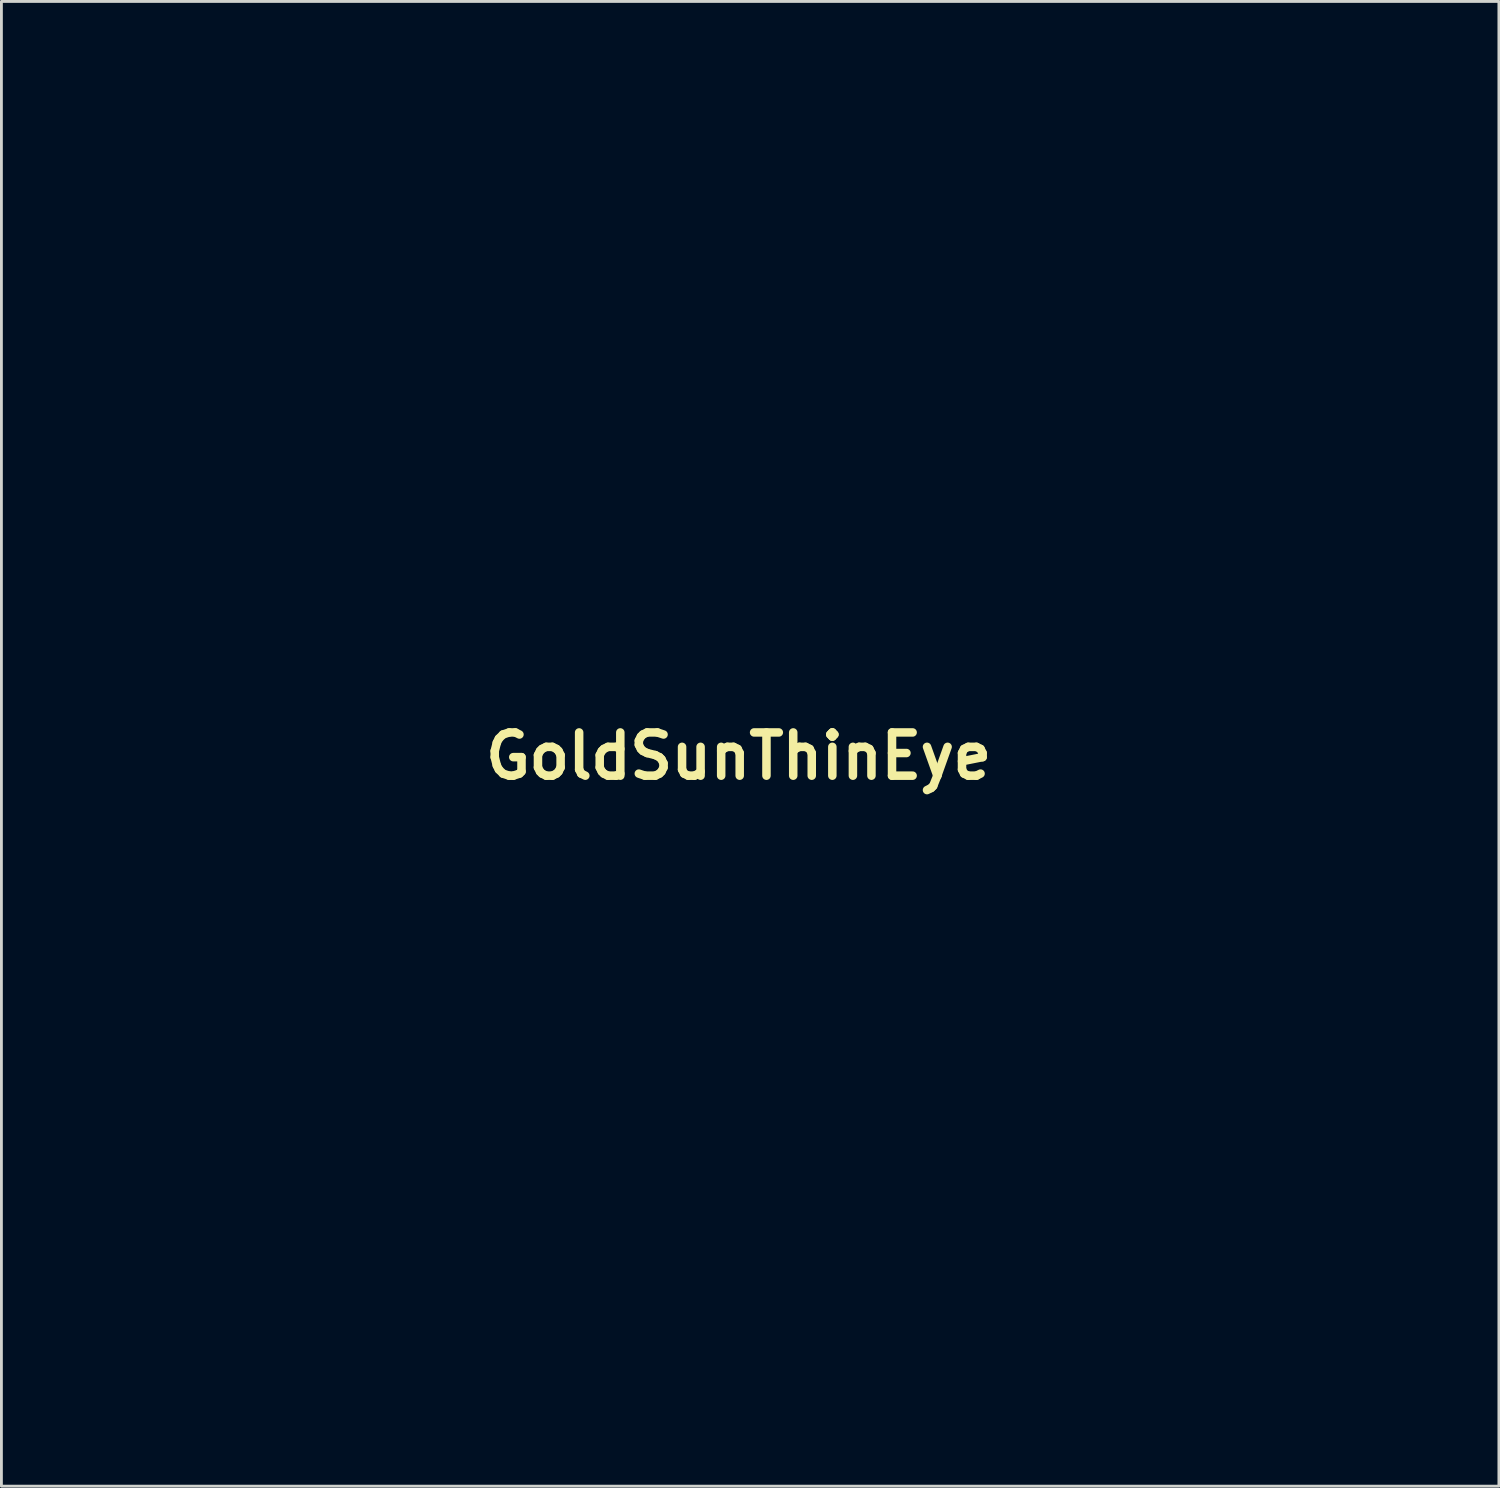
<source format=kicad_pcb>
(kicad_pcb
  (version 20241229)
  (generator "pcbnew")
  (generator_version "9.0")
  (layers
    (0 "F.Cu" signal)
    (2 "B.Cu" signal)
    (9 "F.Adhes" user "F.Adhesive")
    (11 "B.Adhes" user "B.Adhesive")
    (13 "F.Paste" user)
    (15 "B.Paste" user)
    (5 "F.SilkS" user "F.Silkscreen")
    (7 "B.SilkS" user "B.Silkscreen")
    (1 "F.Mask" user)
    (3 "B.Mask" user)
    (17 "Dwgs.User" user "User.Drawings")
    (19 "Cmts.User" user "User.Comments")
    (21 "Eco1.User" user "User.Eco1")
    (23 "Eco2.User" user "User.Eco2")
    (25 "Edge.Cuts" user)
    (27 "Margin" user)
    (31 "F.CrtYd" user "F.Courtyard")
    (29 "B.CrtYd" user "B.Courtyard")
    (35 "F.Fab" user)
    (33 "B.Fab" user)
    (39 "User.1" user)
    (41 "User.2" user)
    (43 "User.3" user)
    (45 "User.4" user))
  (footprint "GoldSunThinEye"
    (layer "F.Cu")
    (at 22.992 23.607)
    (property "Reference" "GoldSunThinEye" (at 0 0 0) (layer "F.SilkS") (effects (font (size 1.524 1.524) (thickness 0.3))))
    (attr through_hole)
    (fp_poly (pts (xy 6.897 -23.593) (xy 6.887 -23.583) (xy 6.878 -23.593) (xy 6.887 -23.602) (xy 6.897 -23.593)) (stroke (width 0.01) (type solid)) (fill yes) (layer "F.Mask"))
    (fp_poly (pts (xy 11.264 -4.804) (xy 11.612 -4.761) (xy 11.889 -4.7) (xy 12.206 -4.596) (xy 12.511 -4.456) (xy 12.803 -4.284) (xy 13.076 -4.081) (xy 13.327 -3.85) (xy 13.553 -3.595) (xy 13.751 -3.318) (xy 13.784 -3.264) (xy 13.946 -2.959) (xy 14.073 -2.64) (xy 14.165 -2.311) (xy 14.221 -1.976) (xy 14.242 -1.636) (xy 14.227 -1.297) (xy 14.176 -0.961) (xy 14.089 -0.631) (xy 13.966 -0.311) (xy 13.91 -0.192) (xy 13.737 0.11) (xy 13.534 0.39) (xy 13.303 0.646) (xy 13.047 0.876) (xy 12.77 1.077) (xy 12.472 1.247) (xy 12.159 1.385) (xy 11.84 1.484) (xy 11.585 1.536) (xy 11.312 1.568) (xy 11.035 1.58) (xy 10.767 1.571) (xy 10.597 1.552) (xy 10.253 1.483) (xy 9.922 1.378) (xy 9.607 1.24) (xy 9.31 1.07) (xy 9.034 0.871) (xy 8.781 0.643) (xy 8.553 0.389) (xy 8.353 0.111) (xy 8.182 -0.189) (xy 8.058 -0.474) (xy 7.961 -0.766) (xy 7.896 -1.058) (xy 7.861 -1.36) (xy 7.852 -1.612) (xy 7.871 -1.971) (xy 7.927 -2.318) (xy 8.019 -2.651) (xy 8.147 -2.97) (xy 8.311 -3.274) (xy 8.51 -3.561) (xy 8.744 -3.831) (xy 8.769 -3.856) (xy 9.028 -4.093) (xy 9.308 -4.298) (xy 9.606 -4.469) (xy 9.918 -4.607) (xy 10.242 -4.71) (xy 10.577 -4.777) (xy 10.918 -4.809) (xy 11.264 -4.804)) (stroke (width 0.01) (type solid)) (fill yes) (layer "F.Mask"))
    (fp_poly (pts (xy -9.84 -4.895) (xy -9.492 -4.849) (xy -9.296 -4.806) (xy -8.969 -4.704) (xy -8.656 -4.567) (xy -8.361 -4.398) (xy -8.085 -4.198) (xy -7.831 -3.971) (xy -7.603 -3.717) (xy -7.402 -3.44) (xy -7.231 -3.142) (xy -7.1 -2.848) (xy -6.996 -2.521) (xy -6.928 -2.182) (xy -6.896 -1.837) (xy -6.901 -1.49) (xy -6.942 -1.145) (xy -6.993 -0.904) (xy -7.097 -0.576) (xy -7.235 -0.263) (xy -7.406 0.032) (xy -7.607 0.307) (xy -7.835 0.56) (xy -8.089 0.787) (xy -8.366 0.986) (xy -8.663 1.155) (xy -8.98 1.291) (xy -9.046 1.315) (xy -9.208 1.367) (xy -9.354 1.407) (xy -9.494 1.436) (xy -9.639 1.456) (xy -9.799 1.469) (xy -9.986 1.475) (xy -10.033 1.476) (xy -10.185 1.478) (xy -10.307 1.477) (xy -10.407 1.473) (xy -10.494 1.466) (xy -10.576 1.455) (xy -10.619 1.448) (xy -10.967 1.366) (xy -11.299 1.25) (xy -11.612 1.101) (xy -11.906 0.922) (xy -12.177 0.713) (xy -12.424 0.476) (xy -12.644 0.214) (xy -12.836 -0.072) (xy -12.998 -0.381) (xy -13.092 -0.608) (xy -13.194 -0.94) (xy -13.258 -1.277) (xy -13.286 -1.617) (xy -13.277 -1.955) (xy -13.233 -2.29) (xy -13.153 -2.618) (xy -13.039 -2.937) (xy -12.892 -3.243) (xy -12.711 -3.534) (xy -12.498 -3.807) (xy -12.349 -3.967) (xy -12.086 -4.202) (xy -11.804 -4.405) (xy -11.505 -4.574) (xy -11.19 -4.71) (xy -10.864 -4.81) (xy -10.529 -4.875) (xy -10.186 -4.904) (xy -9.84 -4.895)) (stroke (width 0.01) (type solid)) (fill yes) (layer "F.Mask"))
    (fp_poly (pts (xy 6.861 -23.059) (xy 6.862 -22.711) (xy 6.873 -22.33) (xy 6.894 -21.92) (xy 6.925 -21.486) (xy 6.965 -21.031) (xy 7.013 -20.56) (xy 7.068 -20.078) (xy 7.131 -19.587) (xy 7.199 -19.094) (xy 7.274 -18.601) (xy 7.353 -18.114) (xy 7.437 -17.636) (xy 7.525 -17.173) (xy 7.616 -16.727) (xy 7.71 -16.303) (xy 7.806 -15.906) (xy 7.903 -15.54) (xy 7.989 -15.25) (xy 8.042 -15.08) (xy 8.087 -14.94) (xy 8.127 -14.823) (xy 8.166 -14.72) (xy 8.205 -14.624) (xy 8.248 -14.528) (xy 8.298 -14.423) (xy 8.314 -14.39) (xy 8.398 -14.229) (xy 8.477 -14.101) (xy 8.557 -14.002) (xy 8.643 -13.929) (xy 8.74 -13.876) (xy 8.854 -13.839) (xy 8.989 -13.815) (xy 9.025 -13.81) (xy 9.19 -13.8) (xy 9.389 -13.802) (xy 9.619 -13.818) (xy 9.88 -13.846) (xy 10.167 -13.886) (xy 10.478 -13.938) (xy 10.812 -14.001) (xy 11.166 -14.075) (xy 11.536 -14.16) (xy 11.626 -14.182) (xy 12.001 -14.276) (xy 12.389 -14.379) (xy 12.786 -14.489) (xy 13.19 -14.606) (xy 13.598 -14.729) (xy 14.006 -14.856) (xy 14.412 -14.987) (xy 14.814 -15.121) (xy 15.208 -15.256) (xy 15.591 -15.391) (xy 15.961 -15.527) (xy 16.315 -15.661) (xy 16.649 -15.792) (xy 16.961 -15.92) (xy 17.249 -16.043) (xy 17.508 -16.162) (xy 17.737 -16.273) (xy 17.933 -16.377) (xy 18.029 -16.434) (xy 18.092 -16.471) (xy 18.125 -16.489) (xy 18.135 -16.488) (xy 18.124 -16.471) (xy 18.113 -16.456) (xy 17.961 -16.248) (xy 17.798 -16.005) (xy 17.625 -15.728) (xy 17.442 -15.42) (xy 17.251 -15.082) (xy 17.052 -14.717) (xy 16.847 -14.325) (xy 16.637 -13.91) (xy 16.422 -13.472) (xy 16.204 -13.014) (xy 15.984 -12.538) (xy 15.978 -12.524) (xy 15.746 -12.007) (xy 15.53 -11.506) (xy 15.329 -11.022) (xy 15.145 -10.558) (xy 14.979 -10.116) (xy 14.83 -9.697) (xy 14.699 -9.303) (xy 14.588 -8.936) (xy 14.497 -8.598) (xy 14.427 -8.294) (xy 14.398 -8.128) (xy 14.379 -7.962) (xy 14.37 -7.804) (xy 14.371 -7.66) (xy 14.382 -7.538) (xy 14.404 -7.444) (xy 14.413 -7.421) (xy 14.476 -7.317) (xy 14.571 -7.211) (xy 14.698 -7.102) (xy 14.86 -6.989) (xy 15.056 -6.871) (xy 15.288 -6.748) (xy 15.557 -6.62) (xy 15.68 -6.565) (xy 15.996 -6.43) (xy 16.343 -6.293) (xy 16.717 -6.154) (xy 17.115 -6.014) (xy 17.532 -5.874) (xy 17.965 -5.735) (xy 18.411 -5.599) (xy 18.866 -5.465) (xy 19.326 -5.336) (xy 19.787 -5.211) (xy 20.246 -5.093) (xy 20.7 -4.982) (xy 21.144 -4.878) (xy 21.575 -4.784) (xy 21.989 -4.699) (xy 22.383 -4.626) (xy 22.753 -4.564) (xy 23.096 -4.515) (xy 23.407 -4.48) (xy 23.499 -4.471) (xy 23.797 -4.447) (xy 23.695 -4.415) (xy 23.547 -4.362) (xy 23.37 -4.289) (xy 23.166 -4.196) (xy 22.937 -4.086) (xy 22.686 -3.96) (xy 22.416 -3.818) (xy 22.129 -3.663) (xy 21.827 -3.495) (xy 21.515 -3.316) (xy 21.193 -3.128) (xy 20.865 -2.932) (xy 20.532 -2.729) (xy 20.447 -2.676) (xy 19.986 -2.386) (xy 19.542 -2.099) (xy 19.116 -1.817) (xy 18.71 -1.541) (xy 18.325 -1.27) (xy 17.962 -1.008) (xy 17.622 -0.753) (xy 17.307 -0.508) (xy 17.017 -0.272) (xy 16.754 -0.048) (xy 16.518 0.164) (xy 16.312 0.363) (xy 16.136 0.549) (xy 15.991 0.719) (xy 15.879 0.874) (xy 15.8 1.013) (xy 15.798 1.018) (xy 15.762 1.119) (xy 15.748 1.23) (xy 15.755 1.353) (xy 15.783 1.491) (xy 15.835 1.645) (xy 15.91 1.818) (xy 16.01 2.012) (xy 16.135 2.228) (xy 16.286 2.47) (xy 16.344 2.56) (xy 16.561 2.88) (xy 16.806 3.221) (xy 17.077 3.581) (xy 17.372 3.957) (xy 17.689 4.345) (xy 18.024 4.745) (xy 18.376 5.151) (xy 18.743 5.563) (xy 19.121 5.977) (xy 19.509 6.39) (xy 19.904 6.799) (xy 20.304 7.203) (xy 20.4 7.298) (xy 20.674 7.565) (xy 20.924 7.804) (xy 21.152 8.015) (xy 21.357 8.2) (xy 21.543 8.359) (xy 21.71 8.493) (xy 21.859 8.604) (xy 21.961 8.674) (xy 22.019 8.711) (xy 22.06 8.739) (xy 22.077 8.753) (xy 22.077 8.753) (xy 22.055 8.748) (xy 22.008 8.734) (xy 21.975 8.725) (xy 21.843 8.69) (xy 21.673 8.657) (xy 21.468 8.624) (xy 21.229 8.592) (xy 20.958 8.562) (xy 20.658 8.533) (xy 20.328 8.505) (xy 19.973 8.48) (xy 19.783 8.468) (xy 19.638 8.46) (xy 19.46 8.453) (xy 19.251 8.447) (xy 19.019 8.441) (xy 18.766 8.437) (xy 18.498 8.432) (xy 18.22 8.429) (xy 17.937 8.426) (xy 17.652 8.425) (xy 17.372 8.424) (xy 17.101 8.424) (xy 16.844 8.425) (xy 16.605 8.427) (xy 16.389 8.43) (xy 16.202 8.434) (xy 16.051 8.439) (xy 15.55 8.463) (xy 15.081 8.493) (xy 14.645 8.527) (xy 14.242 8.567) (xy 13.873 8.612) (xy 13.538 8.661) (xy 13.238 8.716) (xy 12.974 8.775) (xy 12.746 8.838) (xy 12.555 8.906) (xy 12.402 8.979) (xy 12.287 9.055) (xy 12.283 9.059) (xy 12.214 9.128) (xy 12.155 9.214) (xy 12.107 9.317) (xy 12.067 9.443) (xy 12.036 9.594) (xy 12.012 9.774) (xy 11.996 9.984) (xy 11.985 10.229) (xy 11.983 10.322) (xy 11.98 10.629) (xy 11.985 10.941) (xy 11.999 11.267) (xy 12.022 11.615) (xy 12.054 11.992) (xy 12.057 12.026) (xy 12.098 12.431) (xy 12.146 12.848) (xy 12.2 13.274) (xy 12.26 13.706) (xy 12.325 14.141) (xy 12.395 14.576) (xy 12.468 15.008) (xy 12.546 15.435) (xy 12.625 15.853) (xy 12.708 16.259) (xy 12.791 16.651) (xy 12.876 17.025) (xy 12.962 17.379) (xy 13.047 17.71) (xy 13.132 18.014) (xy 13.215 18.289) (xy 13.296 18.533) (xy 13.375 18.74) (xy 13.4 18.798) (xy 13.439 18.889) (xy 13.26 18.712) (xy 13.104 18.565) (xy 12.917 18.401) (xy 12.701 18.221) (xy 12.459 18.028) (xy 12.194 17.823) (xy 11.907 17.608) (xy 11.603 17.386) (xy 11.283 17.158) (xy 10.95 16.926) (xy 10.607 16.693) (xy 10.256 16.459) (xy 9.9 16.228) (xy 9.838 16.188) (xy 9.378 15.897) (xy 8.934 15.623) (xy 8.506 15.368) (xy 8.097 15.131) (xy 7.707 14.912) (xy 7.336 14.713) (xy 6.986 14.534) (xy 6.659 14.375) (xy 6.354 14.237) (xy 6.074 14.121) (xy 5.819 14.026) (xy 5.59 13.954) (xy 5.388 13.904) (xy 5.215 13.879) (xy 5.071 13.877) (xy 5.064 13.877) (xy 4.973 13.892) (xy 4.89 13.922) (xy 4.806 13.97) (xy 4.714 14.043) (xy 4.627 14.123) (xy 4.482 14.274) (xy 4.328 14.464) (xy 4.163 14.69) (xy 3.988 14.955) (xy 3.802 15.256) (xy 3.607 15.595) (xy 3.401 15.971) (xy 3.186 16.385) (xy 3.107 16.539) (xy 2.812 17.139) (xy 2.523 17.757) (xy 2.24 18.387) (xy 1.969 19.021) (xy 1.711 19.653) (xy 1.47 20.276) (xy 1.248 20.883) (xy 1.048 21.466) (xy 1.046 21.473) (xy 0.996 21.627) (xy 0.947 21.789) (xy 0.899 21.951) (xy 0.854 22.11) (xy 0.813 22.259) (xy 0.778 22.394) (xy 0.751 22.508) (xy 0.732 22.598) (xy 0.723 22.657) (xy 0.723 22.667) (xy 0.717 22.711) (xy 0.703 22.733) (xy 0.689 22.726) (xy 0.684 22.696) (xy 0.678 22.647) (xy 0.661 22.567) (xy 0.636 22.461) (xy 0.602 22.335) (xy 0.563 22.196) (xy 0.519 22.047) (xy 0.473 21.896) (xy 0.425 21.749) (xy 0.421 21.737) (xy 0.26 21.275) (xy 0.079 20.785) (xy -0.123 20.273) (xy -0.342 19.741) (xy -0.578 19.194) (xy -0.828 18.636) (xy -1.091 18.071) (xy -1.365 17.504) (xy -1.417 17.399) (xy -1.643 16.948) (xy -1.863 16.526) (xy -2.076 16.134) (xy -2.281 15.772) (xy -2.477 15.441) (xy -2.665 15.142) (xy -2.844 14.875) (xy -3.013 14.641) (xy -3.171 14.442) (xy -3.32 14.276) (xy -3.457 14.147) (xy -3.582 14.053) (xy -3.646 14.017) (xy -3.699 13.993) (xy -3.744 13.978) (xy -3.793 13.972) (xy -3.858 13.971) (xy -3.942 13.975) (xy -4.079 13.989) (xy -4.225 14.017) (xy -4.384 14.059) (xy -4.56 14.118) (xy -4.757 14.194) (xy -4.98 14.289) (xy -5.176 14.378) (xy -5.47 14.521) (xy -5.787 14.685) (xy -6.123 14.867) (xy -6.475 15.067) (xy -6.841 15.282) (xy -7.217 15.51) (xy -7.6 15.749) (xy -7.988 15.996) (xy -8.377 16.251) (xy -8.765 16.511) (xy -9.148 16.773) (xy -9.524 17.037) (xy -9.889 17.299) (xy -10.24 17.558) (xy -10.575 17.812) (xy -10.891 18.058) (xy -11.184 18.296) (xy -11.451 18.522) (xy -11.69 18.734) (xy -11.898 18.932) (xy -11.925 18.959) (xy -11.992 19.025) (xy -12.046 19.076) (xy -12.083 19.108) (xy -12.098 19.118) (xy -12.098 19.115) (xy -12.084 19.082) (xy -12.061 19.022) (xy -12.031 18.941) (xy -11.999 18.849) (xy -11.997 18.844) (xy -11.914 18.588) (xy -11.831 18.296) (xy -11.747 17.972) (xy -11.663 17.619) (xy -11.579 17.239) (xy -11.497 16.837) (xy -11.417 16.416) (xy -11.339 15.978) (xy -11.264 15.528) (xy -11.193 15.068) (xy -11.125 14.601) (xy -11.063 14.131) (xy -11.005 13.662) (xy -10.953 13.196) (xy -10.908 12.737) (xy -10.872 12.319) (xy -10.861 12.17) (xy -10.852 11.997) (xy -10.845 11.805) (xy -10.838 11.601) (xy -10.833 11.39) (xy -10.829 11.178) (xy -10.828 10.972) (xy -10.827 10.776) (xy -10.829 10.598) (xy -10.832 10.442) (xy -10.837 10.316) (xy -10.843 10.243) (xy -10.873 9.994) (xy -10.913 9.78) (xy -10.964 9.602) (xy -11.024 9.46) (xy -11.094 9.356) (xy -11.128 9.322) (xy -11.237 9.245) (xy -11.381 9.173) (xy -11.562 9.107) (xy -11.779 9.046) (xy -12.033 8.991) (xy -12.325 8.941) (xy -12.653 8.896) (xy -13.02 8.856) (xy -13.424 8.821) (xy -13.863 8.792) (xy -14.018 8.784) (xy -14.208 8.777) (xy -14.425 8.771) (xy -14.664 8.767) (xy -14.92 8.763) (xy -15.187 8.76) (xy -15.46 8.758) (xy -15.732 8.758) (xy -15.998 8.758) (xy -16.253 8.76) (xy -16.491 8.763) (xy -16.707 8.767) (xy -16.842 8.771) (xy -17.371 8.791) (xy -17.872 8.814) (xy -18.345 8.842) (xy -18.789 8.873) (xy -19.201 8.909) (xy -19.581 8.947) (xy -19.926 8.989) (xy -20.236 9.035) (xy -20.509 9.083) (xy -20.58 9.098) (xy -20.675 9.118) (xy -20.761 9.138) (xy -20.826 9.155) (xy -20.861 9.165) (xy -20.905 9.178) (xy -20.916 9.173) (xy -20.894 9.151) (xy -20.843 9.114) (xy -20.719 9.026) (xy -20.573 8.91) (xy -20.406 8.767) (xy -20.22 8.6) (xy -20.017 8.41) (xy -19.8 8.201) (xy -19.57 7.973) (xy -19.33 7.729) (xy -19.081 7.471) (xy -18.825 7.201) (xy -18.564 6.921) (xy -18.301 6.633) (xy -18.038 6.338) (xy -17.776 6.04) (xy -17.748 6.008) (xy -17.407 5.61) (xy -17.081 5.22) (xy -16.89 4.985) (xy -1.362 4.985) (xy -1.337 5.274) (xy -1.282 5.558) (xy -1.199 5.833) (xy -1.087 6.095) (xy -0.946 6.339) (xy -0.776 6.562) (xy -0.694 6.651) (xy -0.507 6.819) (xy -0.306 6.953) (xy -0.096 7.054) (xy 0.122 7.12) (xy 0.344 7.15) (xy 0.566 7.143) (xy 0.734 7.112) (xy 0.974 7.032) (xy 1.197 6.916) (xy 1.402 6.767) (xy 1.589 6.585) (xy 1.755 6.37) (xy 1.901 6.124) (xy 1.913 6.1) (xy 2.036 5.812) (xy 2.124 5.508) (xy 2.176 5.19) (xy 2.193 4.86) (xy 2.187 4.67) (xy 2.151 4.371) (xy 2.086 4.085) (xy 1.993 3.814) (xy 1.873 3.563) (xy 1.728 3.333) (xy 1.56 3.128) (xy 1.371 2.951) (xy 1.162 2.805) (xy 1.08 2.759) (xy 0.889 2.674) (xy 0.697 2.622) (xy 0.493 2.6) (xy 0.42 2.599) (xy 0.179 2.617) (xy -0.051 2.673) (xy -0.268 2.766) (xy -0.474 2.896) (xy -0.667 3.064) (xy -0.729 3.128) (xy -0.907 3.348) (xy -1.055 3.589) (xy -1.175 3.849) (xy -1.265 4.121) (xy -1.326 4.404) (xy -1.359 4.693) (xy -1.362 4.985) (xy -16.89 4.985) (xy -16.773 4.841) (xy -16.482 4.473) (xy -16.21 4.118) (xy -15.959 3.778) (xy -15.729 3.454) (xy -15.521 3.148) (xy -15.336 2.861) (xy -15.176 2.594) (xy -15.041 2.35) (xy -14.932 2.129) (xy -14.851 1.933) (xy -14.848 1.925) (xy -14.797 1.742) (xy -14.779 1.578) (xy -14.796 1.432) (xy -14.834 1.329) (xy -14.915 1.193) (xy -15.03 1.041) (xy -15.178 0.874) (xy -15.357 0.693) (xy -15.567 0.499) (xy -15.806 0.292) (xy -16.073 0.073) (xy -16.367 -0.156) (xy -16.687 -0.394) (xy -17.032 -0.642) (xy -17.399 -0.897) (xy -17.79 -1.159) (xy -18.201 -1.428) (xy -18.632 -1.701) (xy -18.645 -1.71) (xy -14.185 -1.71) (xy -14.177 -1.411) (xy -14.151 -1.135) (xy -14.105 -0.87) (xy -14.038 -0.603) (xy -13.981 -0.42) (xy -13.84 -0.055) (xy -13.664 0.295) (xy -13.455 0.627) (xy -13.218 0.937) (xy -12.952 1.224) (xy -12.662 1.484) (xy -12.349 1.713) (xy -12.229 1.79) (xy -11.877 1.982) (xy -11.511 2.138) (xy -11.134 2.258) (xy -10.749 2.341) (xy -10.357 2.386) (xy -9.961 2.393) (xy -9.563 2.362) (xy -9.496 2.352) (xy -9.109 2.277) (xy -8.733 2.164) (xy -8.37 2.016) (xy -8.022 1.833) (xy -7.691 1.616) (xy -7.38 1.368) (xy -7.186 1.185) (xy -6.916 0.888) (xy -6.68 0.571) (xy -6.476 0.232) (xy -6.306 -0.126) (xy -6.169 -0.503) (xy -6.067 -0.898) (xy -6.025 -1.123) (xy -6.007 -1.277) (xy -5.995 -1.458) (xy -5.99 -1.653) (xy -5.99 -1.658) (xy 6.942 -1.658) (xy 6.955 -1.272) (xy 6.987 -1.006) (xy 7.067 -0.616) (xy 7.181 -0.241) (xy 7.329 0.118) (xy 7.509 0.459) (xy 7.718 0.779) (xy 7.955 1.078) (xy 8.218 1.353) (xy 8.505 1.603) (xy 8.815 1.826) (xy 9.145 2.02) (xy 9.494 2.183) (xy 9.861 2.314) (xy 10.242 2.41) (xy 10.473 2.45) (xy 10.579 2.462) (xy 10.714 2.47) (xy 10.868 2.476) (xy 11.03 2.479) (xy 11.191 2.478) (xy 11.339 2.474) (xy 11.465 2.467) (xy 11.528 2.461) (xy 11.921 2.393) (xy 12.305 2.287) (xy 12.678 2.146) (xy 13.037 1.969) (xy 13.377 1.759) (xy 13.544 1.638) (xy 13.66 1.544) (xy 13.79 1.426) (xy 13.926 1.295) (xy 14.059 1.157) (xy 14.182 1.022) (xy 14.285 0.899) (xy 14.319 0.854) (xy 14.549 0.513) (xy 14.741 0.164) (xy 14.895 -0.195) (xy 15.011 -0.563) (xy 15.091 -0.942) (xy 15.134 -1.334) (xy 15.142 -1.608) (xy 15.134 -1.904) (xy 15.109 -2.177) (xy 15.065 -2.439) (xy 15 -2.701) (xy 14.939 -2.901) (xy 14.795 -3.271) (xy 14.619 -3.622) (xy 14.412 -3.952) (xy 14.175 -4.26) (xy 13.911 -4.544) (xy 13.621 -4.802) (xy 13.309 -5.032) (xy 12.975 -5.233) (xy 12.623 -5.401) (xy 12.253 -5.536) (xy 12.066 -5.589) (xy 11.696 -5.665) (xy 11.315 -5.707) (xy 10.929 -5.714) (xy 10.546 -5.686) (xy 10.171 -5.624) (xy 10.059 -5.598) (xy 9.683 -5.484) (xy 9.322 -5.336) (xy 8.98 -5.155) (xy 8.657 -4.945) (xy 8.356 -4.706) (xy 8.079 -4.441) (xy 7.827 -4.152) (xy 7.603 -3.841) (xy 7.408 -3.51) (xy 7.245 -3.16) (xy 7.116 -2.795) (xy 7.027 -2.442) (xy 6.966 -2.05) (xy 6.942 -1.658) (xy -5.99 -1.658) (xy -5.992 -1.852) (xy -6 -2.043) (xy -6.015 -2.215) (xy -6.025 -2.286) (xy -6.105 -2.685) (xy -6.221 -3.069) (xy -6.37 -3.436) (xy -6.552 -3.783) (xy -6.766 -4.111) (xy -7.01 -4.415) (xy -7.283 -4.696) (xy -7.583 -4.952) (xy -7.91 -5.18) (xy -8.262 -5.379) (xy -8.353 -5.423) (xy -8.684 -5.564) (xy -9.019 -5.671) (xy -9.362 -5.746) (xy -9.72 -5.79) (xy -10.092 -5.804) (xy -10.454 -5.791) (xy -10.796 -5.749) (xy -11.125 -5.678) (xy -11.452 -5.576) (xy -11.783 -5.44) (xy -11.801 -5.432) (xy -12.107 -5.277) (xy -12.388 -5.102) (xy -12.654 -4.903) (xy -12.912 -4.673) (xy -12.984 -4.602) (xy -13.218 -4.351) (xy -13.421 -4.095) (xy -13.599 -3.825) (xy -13.76 -3.53) (xy -13.818 -3.409) (xy -13.957 -3.074) (xy -14.062 -2.737) (xy -14.134 -2.393) (xy -14.174 -2.034) (xy -14.185 -1.71) (xy -18.645 -1.71) (xy -19.081 -1.979) (xy -19.421 -2.185) (xy -19.769 -2.39) (xy -20.113 -2.589) (xy -20.451 -2.78) (xy -20.781 -2.962) (xy -21.1 -3.134) (xy -21.406 -3.293) (xy -21.695 -3.44) (xy -21.966 -3.572) (xy -22.215 -3.688) (xy -22.441 -3.787) (xy -22.64 -3.868) (xy -22.81 -3.929) (xy -22.87 -3.948) (xy -22.987 -3.983) (xy -22.86 -3.985) (xy -22.685 -3.993) (xy -22.476 -4.014) (xy -22.235 -4.048) (xy -21.967 -4.092) (xy -21.672 -4.147) (xy -21.355 -4.212) (xy -21.019 -4.286) (xy -20.664 -4.368) (xy -20.296 -4.458) (xy -19.916 -4.555) (xy -19.527 -4.658) (xy -19.132 -4.766) (xy -18.734 -4.88) (xy -18.335 -4.997) (xy -17.939 -5.117) (xy -17.547 -5.241) (xy -17.164 -5.366) (xy -16.791 -5.492) (xy -16.432 -5.618) (xy -16.171 -5.714) (xy -15.749 -5.876) (xy -15.366 -6.031) (xy -15.02 -6.181) (xy -14.713 -6.326) (xy -14.443 -6.465) (xy -14.211 -6.599) (xy -14.016 -6.727) (xy -13.858 -6.851) (xy -13.737 -6.969) (xy -13.652 -7.083) (xy -13.605 -7.19) (xy -13.583 -7.317) (xy -13.58 -7.477) (xy -13.598 -7.669) (xy -13.634 -7.891) (xy -13.69 -8.143) (xy -13.764 -8.424) (xy -13.857 -8.732) (xy -13.968 -9.067) (xy -14.097 -9.429) (xy -14.244 -9.815) (xy -14.408 -10.225) (xy -14.59 -10.658) (xy -14.59 -10.658) (xy -14.76 -11.049) (xy -14.938 -11.446) (xy -15.123 -11.845) (xy -15.312 -12.244) (xy -15.505 -12.64) (xy -15.7 -13.03) (xy -15.896 -13.411) (xy -16.091 -13.781) (xy -16.283 -14.137) (xy -16.471 -14.475) (xy -16.654 -14.794) (xy -16.83 -15.09) (xy -16.997 -15.36) (xy -17.154 -15.603) (xy -17.3 -15.814) (xy -17.42 -15.974) (xy -17.48 -16.053) (xy -17.516 -16.105) (xy -17.527 -16.129) (xy -17.513 -16.124) (xy -17.463 -16.094) (xy -17.385 -16.051) (xy -17.284 -15.999) (xy -17.167 -15.941) (xy -17.042 -15.88) (xy -16.914 -15.82) (xy -16.79 -15.764) (xy -16.696 -15.723) (xy -16.403 -15.603) (xy -16.077 -15.476) (xy -15.722 -15.344) (xy -15.343 -15.209) (xy -14.945 -15.072) (xy -14.532 -14.936) (xy -14.11 -14.8) (xy -13.683 -14.668) (xy -13.256 -14.541) (xy -12.833 -14.419) (xy -12.514 -14.331) (xy -11.986 -14.192) (xy -11.485 -14.068) (xy -11.011 -13.958) (xy -10.567 -13.863) (xy -10.152 -13.784) (xy -9.769 -13.72) (xy -9.418 -13.672) (xy -9.1 -13.64) (xy -8.831 -13.625) (xy -8.616 -13.622) (xy -8.435 -13.628) (xy -8.283 -13.645) (xy -8.156 -13.675) (xy -8.049 -13.721) (xy -7.957 -13.783) (xy -7.876 -13.863) (xy -7.802 -13.964) (xy -7.747 -14.056) (xy -7.658 -14.235) (xy -7.568 -14.452) (xy -7.479 -14.703) (xy -7.39 -14.987) (xy -7.303 -15.303) (xy -7.217 -15.648) (xy -7.132 -16.02) (xy -7.05 -16.418) (xy -6.97 -16.839) (xy -6.893 -17.282) (xy -6.819 -17.744) (xy -6.749 -18.223) (xy -6.683 -18.719) (xy -6.621 -19.227) (xy -6.563 -19.748) (xy -6.51 -20.278) (xy -6.463 -20.816) (xy -6.425 -21.316) (xy -6.419 -21.412) (xy -6.414 -21.537) (xy -6.41 -21.684) (xy -6.407 -21.849) (xy -6.404 -22.026) (xy -6.402 -22.211) (xy -6.4 -22.399) (xy -6.4 -22.583) (xy -6.4 -22.76) (xy -6.401 -22.923) (xy -6.403 -23.068) (xy -6.405 -23.189) (xy -6.409 -23.281) (xy -6.414 -23.339) (xy -6.428 -23.456) (xy -6.344 -23.3) (xy -6.213 -23.072) (xy -6.054 -22.819) (xy -5.868 -22.541) (xy -5.653 -22.238) (xy -5.412 -21.911) (xy -5.144 -21.561) (xy -4.849 -21.187) (xy -4.529 -20.792) (xy -4.261 -20.467) (xy -3.942 -20.088) (xy -3.623 -19.718) (xy -3.305 -19.359) (xy -2.99 -19.011) (xy -2.68 -18.678) (xy -2.376 -18.359) (xy -2.08 -18.057) (xy -1.793 -17.774) (xy -1.518 -17.511) (xy -1.256 -17.27) (xy -1.009 -17.052) (xy -0.778 -16.86) (xy -0.565 -16.694) (xy -0.371 -16.556) (xy -0.202 -16.451) (xy -0.049 -16.37) (xy 0.089 -16.314) (xy 0.217 -16.285) (xy 0.341 -16.281) (xy 0.468 -16.305) (xy 0.602 -16.355) (xy 0.751 -16.434) (xy 0.921 -16.541) (xy 0.922 -16.542) (xy 1.002 -16.596) (xy 1.072 -16.644) (xy 1.137 -16.691) (xy 1.201 -16.741) (xy 1.271 -16.798) (xy 1.352 -16.865) (xy 1.448 -16.948) (xy 1.564 -17.051) (xy 1.651 -17.127) (xy 1.875 -17.331) (xy 2.115 -17.561) (xy 2.368 -17.815) (xy 2.632 -18.088) (xy 2.906 -18.38) (xy 3.186 -18.687) (xy 3.471 -19.007) (xy 3.759 -19.337) (xy 4.047 -19.674) (xy 4.334 -20.015) (xy 4.616 -20.359) (xy 4.893 -20.702) (xy 5.161 -21.042) (xy 5.418 -21.376) (xy 5.663 -21.702) (xy 5.893 -22.016) (xy 6.106 -22.317) (xy 6.3 -22.601) (xy 6.473 -22.865) (xy 6.622 -23.108) (xy 6.746 -23.327) (xy 6.753 -23.341) (xy 6.868 -23.558) (xy 6.861 -23.059)) (stroke (width 0.01) (type solid)) (fill yes) (layer "F.Mask")))
  (gr_rect
    (start -3 -3)
    (end 49.794 49.345)
    (stroke (width 0.1) (type default))
    (fill no)
    (layer "Edge.Cuts")))
</source>
